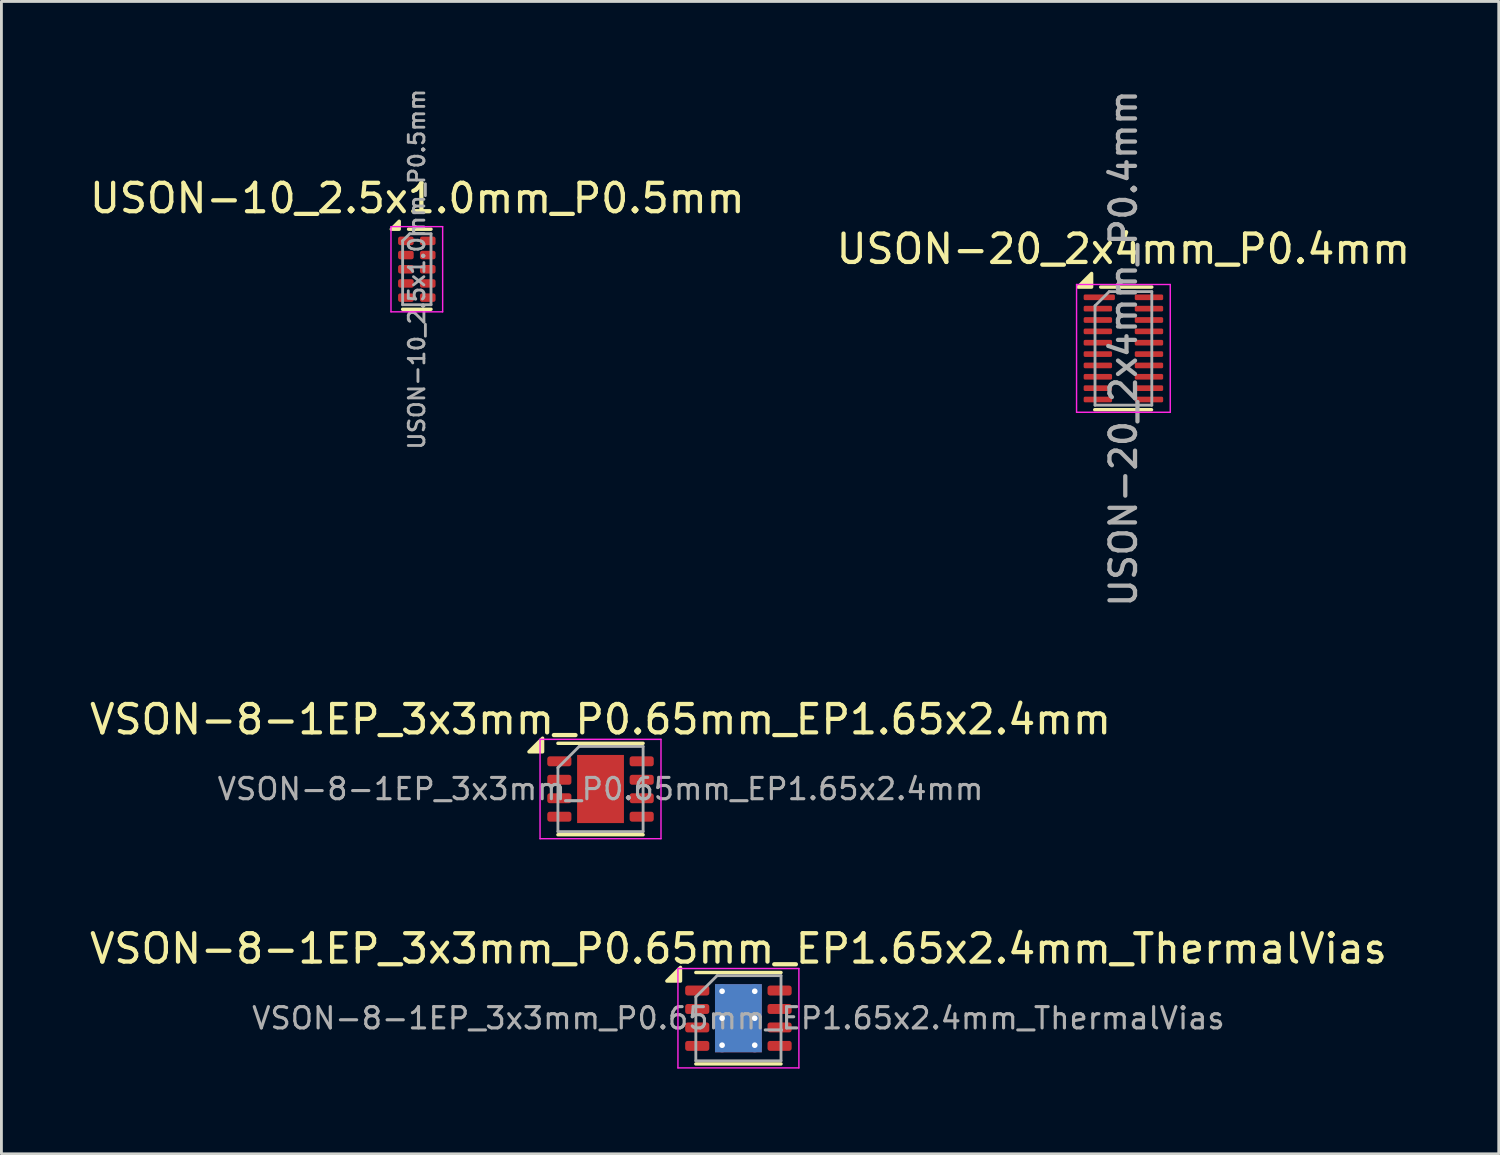
<source format=kicad_pcb>
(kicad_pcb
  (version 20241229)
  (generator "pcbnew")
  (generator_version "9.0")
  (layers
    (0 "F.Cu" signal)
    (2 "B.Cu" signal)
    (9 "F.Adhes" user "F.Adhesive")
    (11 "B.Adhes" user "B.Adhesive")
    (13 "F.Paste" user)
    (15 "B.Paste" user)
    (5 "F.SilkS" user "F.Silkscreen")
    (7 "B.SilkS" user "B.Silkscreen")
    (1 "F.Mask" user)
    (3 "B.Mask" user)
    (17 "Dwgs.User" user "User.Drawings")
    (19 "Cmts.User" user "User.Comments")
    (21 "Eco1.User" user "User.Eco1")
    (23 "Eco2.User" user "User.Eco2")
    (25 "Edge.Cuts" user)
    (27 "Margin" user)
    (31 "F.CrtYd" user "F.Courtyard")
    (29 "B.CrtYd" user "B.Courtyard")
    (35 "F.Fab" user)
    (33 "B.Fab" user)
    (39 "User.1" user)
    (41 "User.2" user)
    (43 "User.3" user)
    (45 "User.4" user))
  (footprint "USON-20_2x4mm_P0.4mm"
    (layer "F.Cu")
    (at 36.518 9.221)
    (property "Reference" "USON-20_2x4mm_P0.4mm" (at 0 -3.5 0) (layer "F.SilkS") (effects (font (size 1 1) (thickness 0.15))))
    (attr smd)
    (fp_line (start 0.99 2.16) (end -1.01 2.16) (stroke (width 0.12) (type solid)) (layer "F.SilkS"))
    (fp_line (start 1 -2.16) (end -0.8 -2.16) (stroke (width 0.12) (type solid)) (layer "F.SilkS"))
    (fp_poly (pts (xy -1.12 -2.16) (xy -1.6 -2.16) (xy -1.12 -2.64) (xy -1.12 -2.16)) (stroke (width 0.12) (type solid)) (fill yes) (layer "F.SilkS"))
    (fp_line (start -1.65 -2.25) (end 1.65 -2.25) (stroke (width 0.05) (type solid)) (layer "F.CrtYd"))
    (fp_line (start -1.65 2.25) (end -1.65 -2.25) (stroke (width 0.05) (type solid)) (layer "F.CrtYd"))
    (fp_line (start 1.65 -2.25) (end 1.65 2.25) (stroke (width 0.05) (type solid)) (layer "F.CrtYd"))
    (fp_line (start 1.65 2.25) (end -1.65 2.25) (stroke (width 0.05) (type solid)) (layer "F.CrtYd"))
    (fp_line (start -1 2) (end -1 -1.5) (stroke (width 0.1) (type solid)) (layer "F.Fab"))
    (fp_line (start -0.5 -2) (end -1 -1.5) (stroke (width 0.1) (type solid)) (layer "F.Fab"))
    (fp_line (start -0.5 -2) (end 1 -2) (stroke (width 0.1) (type solid)) (layer "F.Fab"))
    (fp_line (start 1 -2) (end 1 2) (stroke (width 0.1) (type solid)) (layer "F.Fab"))
    (fp_line (start 1 2) (end -1 2) (stroke (width 0.1) (type solid)) (layer "F.Fab"))
    (fp_text user "${REFERENCE}" (at 0 0 90) (layer "F.Fab") (effects (font (size 0.9 0.9) (thickness 0.15))))
    (pad "1" smd roundrect (at -0.85 -1.8 270) (size 0.2 1.1) (layers "F.Cu" "F.Mask" "F.Paste") (roundrect_rratio 0.25))
    (pad "2" smd roundrect (at -0.9 -1.4 270) (size 0.2 1) (layers "F.Cu" "F.Mask" "F.Paste") (roundrect_rratio 0.25))
    (pad "3" smd roundrect (at -0.9 -1 270) (size 0.2 1) (layers "F.Cu" "F.Mask" "F.Paste") (roundrect_rratio 0.25))
    (pad "4" smd roundrect (at -0.9 -0.6 270) (size 0.2 1) (layers "F.Cu" "F.Mask" "F.Paste") (roundrect_rratio 0.25))
    (pad "5" smd roundrect (at -0.9 -0.2 270) (size 0.2 1) (layers "F.Cu" "F.Mask" "F.Paste") (roundrect_rratio 0.25))
    (pad "6" smd roundrect (at -0.9 0.2 270) (size 0.2 1) (layers "F.Cu" "F.Mask" "F.Paste") (roundrect_rratio 0.25))
    (pad "7" smd roundrect (at -0.9 0.6 270) (size 0.2 1) (layers "F.Cu" "F.Mask" "F.Paste") (roundrect_rratio 0.25))
    (pad "8" smd roundrect (at -0.9 1 270) (size 0.2 1) (layers "F.Cu" "F.Mask" "F.Paste") (roundrect_rratio 0.25))
    (pad "9" smd roundrect (at -0.9 1.4 270) (size 0.2 1) (layers "F.Cu" "F.Mask" "F.Paste") (roundrect_rratio 0.25))
    (pad "10" smd roundrect (at -0.9 1.8 270) (size 0.2 1) (layers "F.Cu" "F.Mask" "F.Paste") (roundrect_rratio 0.25))
    (pad "11" smd roundrect (at 0.9 1.8 270) (size 0.2 1) (layers "F.Cu" "F.Mask" "F.Paste") (roundrect_rratio 0.25))
    (pad "12" smd roundrect (at 0.9 1.4 270) (size 0.2 1) (layers "F.Cu" "F.Mask" "F.Paste") (roundrect_rratio 0.25))
    (pad "13" smd roundrect (at 0.9 1 270) (size 0.2 1) (layers "F.Cu" "F.Mask" "F.Paste") (roundrect_rratio 0.25))
    (pad "14" smd roundrect (at 0.9 0.6 270) (size 0.2 1) (layers "F.Cu" "F.Mask" "F.Paste") (roundrect_rratio 0.25))
    (pad "15" smd roundrect (at 0.9 0.2 270) (size 0.2 1) (layers "F.Cu" "F.Mask" "F.Paste") (roundrect_rratio 0.25))
    (pad "16" smd roundrect (at 0.9 -0.2 270) (size 0.2 1) (layers "F.Cu" "F.Mask" "F.Paste") (roundrect_rratio 0.25))
    (pad "17" smd roundrect (at 0.9 -0.6 270) (size 0.2 1) (layers "F.Cu" "F.Mask" "F.Paste") (roundrect_rratio 0.25))
    (pad "18" smd roundrect (at 0.9 -1 270) (size 0.2 1) (layers "F.Cu" "F.Mask" "F.Paste") (roundrect_rratio 0.25))
    (pad "19" smd roundrect (at 0.9 -1.4 270) (size 0.2 1) (layers "F.Cu" "F.Mask" "F.Paste") (roundrect_rratio 0.25))
    (pad "20" smd roundrect (at 0.9 -1.8 270) (size 0.2 1) (layers "F.Cu" "F.Mask" "F.Paste") (roundrect_rratio 0.25)))
  (footprint "VSON-8-1EP_3x3mm_P0.65mm_EP1.65x2.4mm"
    (layer "F.Cu")
    (at 18.101 24.74)
    (property "Reference" "VSON-8-1EP_3x3mm_P0.65mm_EP1.65x2.4mm" (at 0 -2.45 0) (layer "F.SilkS") (effects (font (size 1 1) (thickness 0.15))))
    (attr smd)
    (fp_line (start -1.5 -1.61) (end 1.5 -1.61) (stroke (width 0.12) (type solid)) (layer "F.SilkS"))
    (fp_line (start -1.5 1.61) (end 1.5 1.61) (stroke (width 0.12) (type solid)) (layer "F.SilkS"))
    (fp_poly (pts (xy -2.04 -1.31) (xy -2.52 -1.31) (xy -2.04 -1.79) (xy -2.04 -1.31)) (stroke (width 0.12) (type solid)) (fill yes) (layer "F.SilkS"))
    (fp_line (start -2.13 -1.75) (end -2.13 1.75) (stroke (width 0.05) (type solid)) (layer "F.CrtYd"))
    (fp_line (start -2.13 1.75) (end 2.13 1.75) (stroke (width 0.05) (type solid)) (layer "F.CrtYd"))
    (fp_line (start 2.13 -1.75) (end -2.13 -1.75) (stroke (width 0.05) (type solid)) (layer "F.CrtYd"))
    (fp_line (start 2.13 1.75) (end 2.13 -1.75) (stroke (width 0.05) (type solid)) (layer "F.CrtYd"))
    (fp_line (start -1.5 -0.75) (end -0.75 -1.5) (stroke (width 0.1) (type solid)) (layer "F.Fab"))
    (fp_line (start -1.5 1.5) (end -1.5 -0.75) (stroke (width 0.1) (type solid)) (layer "F.Fab"))
    (fp_line (start -0.75 -1.5) (end 1.5 -1.5) (stroke (width 0.1) (type solid)) (layer "F.Fab"))
    (fp_line (start 1.5 -1.5) (end 1.5 1.5) (stroke (width 0.1) (type solid)) (layer "F.Fab"))
    (fp_line (start 1.5 1.5) (end -1.5 1.5) (stroke (width 0.1) (type solid)) (layer "F.Fab"))
    (fp_text user "${REFERENCE}" (at 0 0 0) (layer "F.Fab") (effects (font (size 0.75 0.75) (thickness 0.11))))
    (pad "" smd roundrect (at 0 0) (size 1.33 1.93) (layers "F.Paste") (roundrect_rratio 0.188))
    (pad "1" smd roundrect (at -1.45 -0.975) (size 0.85 0.35) (layers "F.Cu" "F.Mask" "F.Paste") (roundrect_rratio 0.25))
    (pad "2" smd roundrect (at -1.45 -0.325) (size 0.85 0.35) (layers "F.Cu" "F.Mask" "F.Paste") (roundrect_rratio 0.25))
    (pad "3" smd roundrect (at -1.45 0.325) (size 0.85 0.35) (layers "F.Cu" "F.Mask" "F.Paste") (roundrect_rratio 0.25))
    (pad "4" smd roundrect (at -1.45 0.975) (size 0.85 0.35) (layers "F.Cu" "F.Mask" "F.Paste") (roundrect_rratio 0.25))
    (pad "5" smd roundrect (at 1.45 0.975) (size 0.85 0.35) (layers "F.Cu" "F.Mask" "F.Paste") (roundrect_rratio 0.25))
    (pad "6" smd roundrect (at 1.45 0.325) (size 0.85 0.35) (layers "F.Cu" "F.Mask" "F.Paste") (roundrect_rratio 0.25))
    (pad "7" smd roundrect (at 1.45 -0.325) (size 0.85 0.35) (layers "F.Cu" "F.Mask" "F.Paste") (roundrect_rratio 0.25))
    (pad "8" smd roundrect (at 1.45 -0.975) (size 0.85 0.35) (layers "F.Cu" "F.Mask" "F.Paste") (roundrect_rratio 0.25))
    (pad "9" smd rect (at 0 0) (size 1.65 2.4) (property pad_prop_heatsink) (layers "F.Cu" "F.Mask")))
  (footprint "USON-10_2.5x1.0mm_P0.5mm"
    (layer "F.Cu")
    (at 11.631 6.433)
    (property "Reference" "USON-10_2.5x1.0mm_P0.5mm" (at 0.018 -2.5 0) (layer "F.SilkS") (effects (font (size 1 1) (thickness 0.15))))
    (attr smd)
    (fp_line (start 0.5 -1.41) (end -0.29 -1.41) (stroke (width 0.12) (type solid)) (layer "F.SilkS"))
    (fp_line (start 0.5 1.41) (end -0.5 1.41) (stroke (width 0.12) (type solid)) (layer "F.SilkS"))
    (fp_poly (pts (xy -0.62 -1.41) (xy -0.9 -1.41) (xy -0.62 -1.69) (xy -0.62 -1.41)) (stroke (width 0.12) (type solid)) (fill yes) (layer "F.SilkS"))
    (fp_line (start -0.91 -1.5) (end 0.91 -1.5) (stroke (width 0.05) (type solid)) (layer "F.CrtYd"))
    (fp_line (start -0.91 1.5) (end -0.91 -1.5) (stroke (width 0.05) (type solid)) (layer "F.CrtYd"))
    (fp_line (start 0.91 -1.5) (end 0.91 1.5) (stroke (width 0.05) (type solid)) (layer "F.CrtYd"))
    (fp_line (start 0.91 1.5) (end -0.91 1.5) (stroke (width 0.05) (type solid)) (layer "F.CrtYd"))
    (fp_line (start -0.5 -1) (end -0.5 1.25) (stroke (width 0.1) (type solid)) (layer "F.Fab"))
    (fp_line (start -0.5 1.25) (end 0.5 1.25) (stroke (width 0.1) (type solid)) (layer "F.Fab"))
    (fp_line (start -0.25 -1.25) (end -0.5 -1) (stroke (width 0.1) (type solid)) (layer "F.Fab"))
    (fp_line (start 0.5 -1.25) (end -0.25 -1.25) (stroke (width 0.1) (type solid)) (layer "F.Fab"))
    (fp_line (start 0.5 -1.25) (end 0.5 1.25) (stroke (width 0.1) (type solid)) (layer "F.Fab"))
    (fp_text user "${REFERENCE}" (at 0 0 90) (layer "F.Fab") (effects (font (size 0.55 0.55) (thickness 0.1))))
    (pad "1" smd roundrect (at -0.385 -1 270) (size 0.3 0.55) (layers "F.Cu" "F.Mask" "F.Paste") (roundrect_rratio 0.25))
    (pad "2" smd roundrect (at -0.385 -0.5 270) (size 0.3 0.55) (layers "F.Cu" "F.Mask" "F.Paste") (roundrect_rratio 0.25))
    (pad "3" smd roundrect (at -0.385 0 270) (size 0.3 0.55) (layers "F.Cu" "F.Mask" "F.Paste") (roundrect_rratio 0.25))
    (pad "4" smd roundrect (at -0.385 0.5 270) (size 0.3 0.55) (layers "F.Cu" "F.Mask" "F.Paste") (roundrect_rratio 0.25))
    (pad "5" smd roundrect (at -0.385 1 270) (size 0.3 0.55) (layers "F.Cu" "F.Mask" "F.Paste") (roundrect_rratio 0.25))
    (pad "6" smd roundrect (at 0.385 1 270) (size 0.3 0.55) (layers "F.Cu" "F.Mask" "F.Paste") (roundrect_rratio 0.25))
    (pad "7" smd roundrect (at 0.385 0.5 270) (size 0.3 0.55) (layers "F.Cu" "F.Mask" "F.Paste") (roundrect_rratio 0.25))
    (pad "8" smd roundrect (at 0.385 0 270) (size 0.3 0.55) (layers "F.Cu" "F.Mask" "F.Paste") (roundrect_rratio 0.25))
    (pad "9" smd roundrect (at 0.385 -0.5 270) (size 0.3 0.55) (layers "F.Cu" "F.Mask" "F.Paste") (roundrect_rratio 0.25))
    (pad "10" smd roundrect (at 0.385 -1 270) (size 0.3 0.55) (layers "F.Cu" "F.Mask" "F.Paste") (roundrect_rratio 0.25)))
  (footprint "VSON-8-1EP_3x3mm_P0.65mm_EP1.65x2.4mm_ThermalVias"
    (layer "F.Cu")
    (at 22.958 32.813)
    (property "Reference" "VSON-8-1EP_3x3mm_P0.65mm_EP1.65x2.4mm_ThermalVias" (at 0 -2.45 0) (layer "F.SilkS") (effects (font (size 1 1) (thickness 0.15))))
    (attr smd)
    (fp_line (start -1.5 -1.61) (end 1.5 -1.61) (stroke (width 0.12) (type solid)) (layer "F.SilkS"))
    (fp_line (start -1.5 1.61) (end 1.5 1.61) (stroke (width 0.12) (type solid)) (layer "F.SilkS"))
    (fp_poly (pts (xy -2.04 -1.31) (xy -2.52 -1.31) (xy -2.04 -1.79) (xy -2.04 -1.31)) (stroke (width 0.12) (type solid)) (fill yes) (layer "F.SilkS"))
    (fp_line (start -2.13 -1.75) (end -2.13 1.75) (stroke (width 0.05) (type solid)) (layer "F.CrtYd"))
    (fp_line (start -2.13 1.75) (end 2.13 1.75) (stroke (width 0.05) (type solid)) (layer "F.CrtYd"))
    (fp_line (start 2.13 -1.75) (end -2.13 -1.75) (stroke (width 0.05) (type solid)) (layer "F.CrtYd"))
    (fp_line (start 2.13 1.75) (end 2.13 -1.75) (stroke (width 0.05) (type solid)) (layer "F.CrtYd"))
    (fp_line (start -1.5 -0.75) (end -0.75 -1.5) (stroke (width 0.1) (type solid)) (layer "F.Fab"))
    (fp_line (start -1.5 1.5) (end -1.5 -0.75) (stroke (width 0.1) (type solid)) (layer "F.Fab"))
    (fp_line (start -0.75 -1.5) (end 1.5 -1.5) (stroke (width 0.1) (type solid)) (layer "F.Fab"))
    (fp_line (start 1.5 -1.5) (end 1.5 1.5) (stroke (width 0.1) (type solid)) (layer "F.Fab"))
    (fp_line (start 1.5 1.5) (end -1.5 1.5) (stroke (width 0.1) (type solid)) (layer "F.Fab"))
    (fp_text user "${REFERENCE}" (at 0 0 0) (layer "F.Fab") (effects (font (size 0.75 0.75) (thickness 0.11))))
    (pad "" smd roundrect (at 0 0) (size 1.33 1.93) (layers "F.Paste") (roundrect_rratio 0.188))
    (pad "1" smd roundrect (at -1.45 -0.975) (size 0.85 0.35) (layers "F.Cu" "F.Mask" "F.Paste") (roundrect_rratio 0.25))
    (pad "2" smd roundrect (at -1.45 -0.325) (size 0.85 0.35) (layers "F.Cu" "F.Mask" "F.Paste") (roundrect_rratio 0.25))
    (pad "3" smd roundrect (at -1.45 0.325) (size 0.85 0.35) (layers "F.Cu" "F.Mask" "F.Paste") (roundrect_rratio 0.25))
    (pad "4" smd roundrect (at -1.45 0.975) (size 0.85 0.35) (layers "F.Cu" "F.Mask" "F.Paste") (roundrect_rratio 0.25))
    (pad "5" smd roundrect (at 1.45 0.975) (size 0.85 0.35) (layers "F.Cu" "F.Mask" "F.Paste") (roundrect_rratio 0.25))
    (pad "6" smd roundrect (at 1.45 0.325) (size 0.85 0.35) (layers "F.Cu" "F.Mask" "F.Paste") (roundrect_rratio 0.25))
    (pad "7" smd roundrect (at 1.45 -0.325) (size 0.85 0.35) (layers "F.Cu" "F.Mask" "F.Paste") (roundrect_rratio 0.25))
    (pad "8" smd roundrect (at 1.45 -0.975) (size 0.85 0.35) (layers "F.Cu" "F.Mask" "F.Paste") (roundrect_rratio 0.25))
    (pad "9" thru_hole circle (at -0.575 -0.95) (size 0.5 0.5) (drill 0.2) (property pad_prop_heatsink) (layers "*.Cu"))
    (pad "9" thru_hole circle (at -0.575 0) (size 0.5 0.5) (drill 0.2) (property pad_prop_heatsink) (layers "*.Cu"))
    (pad "9" thru_hole circle (at -0.575 0.95) (size 0.5 0.5) (drill 0.2) (property pad_prop_heatsink) (layers "*.Cu"))
    (pad "9" smd rect (at 0 0) (size 1.65 2.4) (property pad_prop_heatsink) (layers "F.Cu" "F.Mask"))
    (pad "9" smd rect (at 0 0) (size 1.65 2.4) (property pad_prop_heatsink) (layers "B.Cu"))
    (pad "9" thru_hole circle (at 0.575 -0.95) (size 0.5 0.5) (drill 0.2) (property pad_prop_heatsink) (layers "*.Cu"))
    (pad "9" thru_hole circle (at 0.575 0) (size 0.5 0.5) (drill 0.2) (property pad_prop_heatsink) (layers "*.Cu"))
    (pad "9" thru_hole circle (at 0.575 0.95) (size 0.5 0.5) (drill 0.2) (property pad_prop_heatsink) (layers "*.Cu")))
  (gr_rect
    (start -3 -3)
    (end 49.738 37.588)
    (stroke (width 0.1) (type default))
    (fill no)
    (layer "Edge.Cuts")))
</source>
